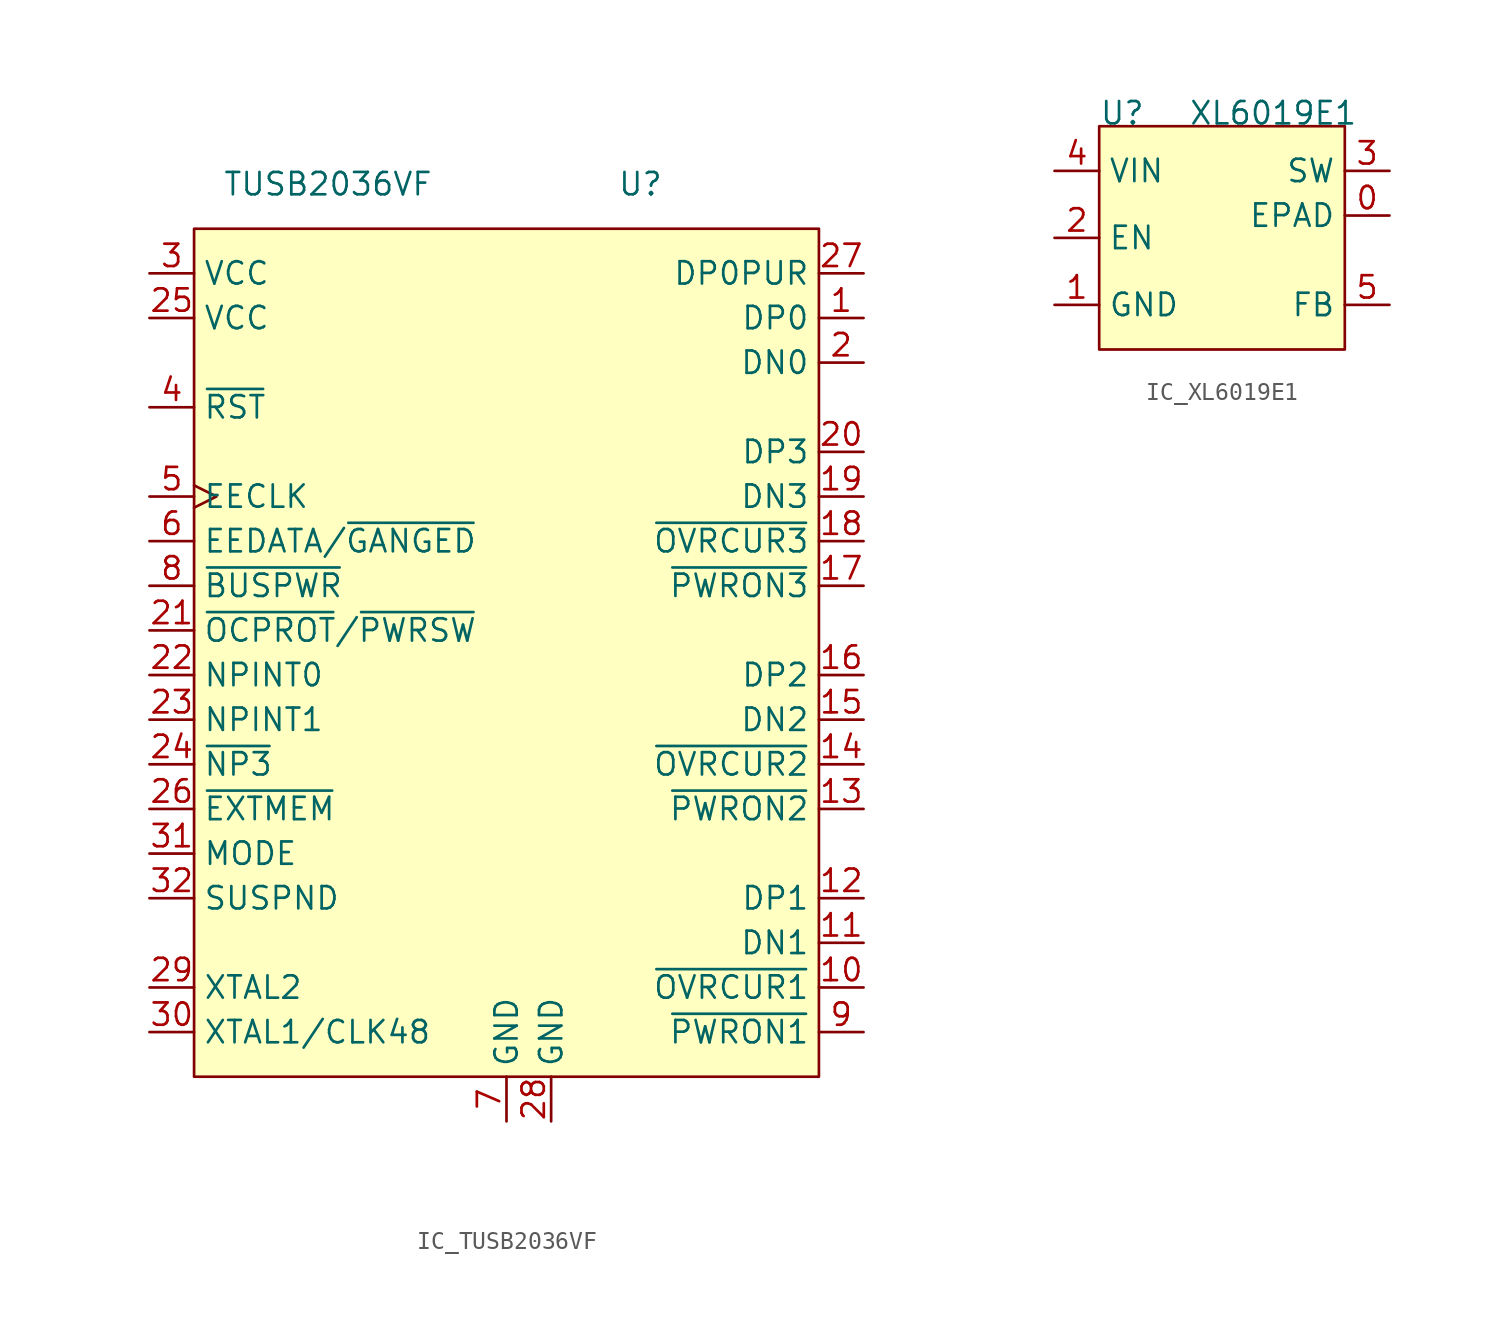
<source format=kicad_sym>
(kicad_symbol_lib
  (version 20220914)
  (generator kicad_symbol_editor)
  (symbol "IC_TUSB2036VF"
    (property "Reference" "U"
      (at 25.4 2.54 0)
      (effects (font (size 1.27 1.27))))
    (property "Value" "TUSB2036VF"
      (at 7.62 2.54 0)
      (effects (font (size 1.27 1.27))))
    (symbol "IC_TUSB2036VF_0_1"
      (rectangle (start 0 0) (end 35.56 -48.26) (stroke (width 0) (type default)) (fill (type background))))
    (symbol "IC_TUSB2036VF_1_1"
      (pin bidirectional line (at 38.1 -5.08 180) (length 2.54) (name "DP0" (effects (font (size 1.27 1.27)))) (number "1" (effects (font (size 1.27 1.27)))))
      (pin input line (at 38.1 -43.18 180) (length 2.54) (name "~{OVRCUR1}" (effects (font (size 1.27 1.27)))) (number "10" (effects (font (size 1.27 1.27)))))
      (pin bidirectional line (at 38.1 -40.64 180) (length 2.54) (name "DN1" (effects (font (size 1.27 1.27)))) (number "11" (effects (font (size 1.27 1.27)))))
      (pin bidirectional line (at 38.1 -38.1 180) (length 2.54) (name "DP1" (effects (font (size 1.27 1.27)))) (number "12" (effects (font (size 1.27 1.27)))))
      (pin output line (at 38.1 -33.02 180) (length 2.54) (name "~{PWRON2}" (effects (font (size 1.27 1.27)))) (number "13" (effects (font (size 1.27 1.27)))))
      (pin input line (at 38.1 -30.48 180) (length 2.54) (name "~{OVRCUR2}" (effects (font (size 1.27 1.27)))) (number "14" (effects (font (size 1.27 1.27)))))
      (pin bidirectional line (at 38.1 -27.94 180) (length 2.54) (name "DN2" (effects (font (size 1.27 1.27)))) (number "15" (effects (font (size 1.27 1.27)))))
      (pin bidirectional line (at 38.1 -25.4 180) (length 2.54) (name "DP2" (effects (font (size 1.27 1.27)))) (number "16" (effects (font (size 1.27 1.27)))))
      (pin output line (at 38.1 -20.32 180) (length 2.54) (name "~{PWRON3}" (effects (font (size 1.27 1.27)))) (number "17" (effects (font (size 1.27 1.27)))))
      (pin input line (at 38.1 -17.78 180) (length 2.54) (name "~{OVRCUR3}" (effects (font (size 1.27 1.27)))) (number "18" (effects (font (size 1.27 1.27)))))
      (pin bidirectional line (at 38.1 -15.24 180) (length 2.54) (name "DN3" (effects (font (size 1.27 1.27)))) (number "19" (effects (font (size 1.27 1.27)))))
      (pin bidirectional line (at 38.1 -7.62 180) (length 2.54) (name "DN0" (effects (font (size 1.27 1.27)))) (number "2" (effects (font (size 1.27 1.27)))))
      (pin bidirectional line (at 38.1 -12.7 180) (length 2.54) (name "DP3" (effects (font (size 1.27 1.27)))) (number "20" (effects (font (size 1.27 1.27)))))
      (pin bidirectional line (at -2.54 -22.86 0) (length 2.54) (name "~{OCPROT}/~{PWRSW}" (effects (font (size 1.27 1.27)))) (number "21" (effects (font (size 1.27 1.27)))))
      (pin input line (at -2.54 -25.4 0) (length 2.54) (name "NPINT0" (effects (font (size 1.27 1.27)))) (number "22" (effects (font (size 1.27 1.27)))))
      (pin input line (at -2.54 -27.94 0) (length 2.54) (name "NPINT1" (effects (font (size 1.27 1.27)))) (number "23" (effects (font (size 1.27 1.27)))))
      (pin input line (at -2.54 -30.48 0) (length 2.54) (name "~{NP3}" (effects (font (size 1.27 1.27)))) (number "24" (effects (font (size 1.27 1.27)))))
      (pin power_in line (at -2.54 -5.08 0) (length 2.54) (name "VCC" (effects (font (size 1.27 1.27)))) (number "25" (effects (font (size 1.27 1.27)))))
      (pin input line (at -2.54 -33.02 0) (length 2.54) (name "~{EXTMEM}" (effects (font (size 1.27 1.27)))) (number "26" (effects (font (size 1.27 1.27)))))
      (pin input line (at 38.1 -2.54 180) (length 2.54) (name "DP0PUR" (effects (font (size 1.27 1.27)))) (number "27" (effects (font (size 1.27 1.27)))))
      (pin power_in line (at 20.32 -50.8 90) (length 2.54) (name "GND" (effects (font (size 1.27 1.27)))) (number "28" (effects (font (size 1.27 1.27)))))
      (pin output line (at -2.54 -43.18 0) (length 2.54) (name "XTAL2" (effects (font (size 1.27 1.27)))) (number "29" (effects (font (size 1.27 1.27)))))
      (pin power_in line (at -2.54 -2.54 0) (length 2.54) (name "VCC" (effects (font (size 1.27 1.27)))) (number "3" (effects (font (size 1.27 1.27)))))
      (pin input line (at -2.54 -45.72 0) (length 2.54) (name "XTAL1/CLK48" (effects (font (size 1.27 1.27)))) (number "30" (effects (font (size 1.27 1.27)))))
      (pin input line (at -2.54 -35.56 0) (length 2.54) (name "MODE" (effects (font (size 1.27 1.27)))) (number "31" (effects (font (size 1.27 1.27)))))
      (pin input line (at -2.54 -38.1 0) (length 2.54) (name "SUSPND" (effects (font (size 1.27 1.27)))) (number "32" (effects (font (size 1.27 1.27)))))
      (pin input line (at -2.54 -10.16 0) (length 2.54) (name "~{RST}" (effects (font (size 1.27 1.27)))) (number "4" (effects (font (size 1.27 1.27)))))
      (pin output clock (at -2.54 -15.24 0) (length 2.54) (name "EECLK" (effects (font (size 1.27 1.27)))) (number "5" (effects (font (size 1.27 1.27)))))
      (pin input line (at -2.54 -17.78 0) (length 2.54) (name "EEDATA/~{GANGED}" (effects (font (size 1.27 1.27)))) (number "6" (effects (font (size 1.27 1.27)))))
      (pin power_in line (at 17.78 -50.8 90) (length 2.54) (name "GND" (effects (font (size 1.27 1.27)))) (number "7" (effects (font (size 1.27 1.27)))))
      (pin input line (at -2.54 -20.32 0) (length 2.54) (name "~{BUSPWR}" (effects (font (size 1.27 1.27)))) (number "8" (effects (font (size 1.27 1.27)))))
      (pin output line (at 38.1 -45.72 180) (length 2.54) (name "~{PWRON1}" (effects (font (size 1.27 1.27)))) (number "9" (effects (font (size 1.27 1.27)))))))
  (symbol "IC_XL6019E1"
    (property "Reference" "U"
      (at 0 0 0)
      (effects (font (size 1.27 1.27)) (justify left bottom)))
    (property "Value" "XL6019E1"
      (at 5.08 0 0)
      (effects (font (size 1.27 1.27)) (justify left bottom)))
    (symbol "IC_XL6019E1_0_1"
      (rectangle (start 13.97 -12.7) (end 0 0) (stroke (width 0) (type default)) (fill (type background))))
    (symbol "IC_XL6019E1_1_1"
      (pin power_out line (at 16.51 -5.08 180) (length 2.54) (name "EPAD" (effects (font (size 1.27 1.27)))) (number "0" (effects (font (size 1.27 1.27)))))
      (pin power_in line (at -2.54 -10.16 0) (length 2.54) (name "GND" (effects (font (size 1.27 1.27)))) (number "1" (effects (font (size 1.27 1.27)))))
      (pin input line (at -2.54 -6.35 0) (length 2.54) (name "EN" (effects (font (size 1.27 1.27)))) (number "2" (effects (font (size 1.27 1.27)))))
      (pin power_out line (at 16.51 -2.54 180) (length 2.54) (name "SW" (effects (font (size 1.27 1.27)))) (number "3" (effects (font (size 1.27 1.27)))))
      (pin power_in line (at -2.54 -2.54 0) (length 2.54) (name "VIN" (effects (font (size 1.27 1.27)))) (number "4" (effects (font (size 1.27 1.27)))))
      (pin input line (at 16.51 -10.16 180) (length 2.54) (name "FB" (effects (font (size 1.27 1.27)))) (number "5" (effects (font (size 1.27 1.27))))))))
</source>
